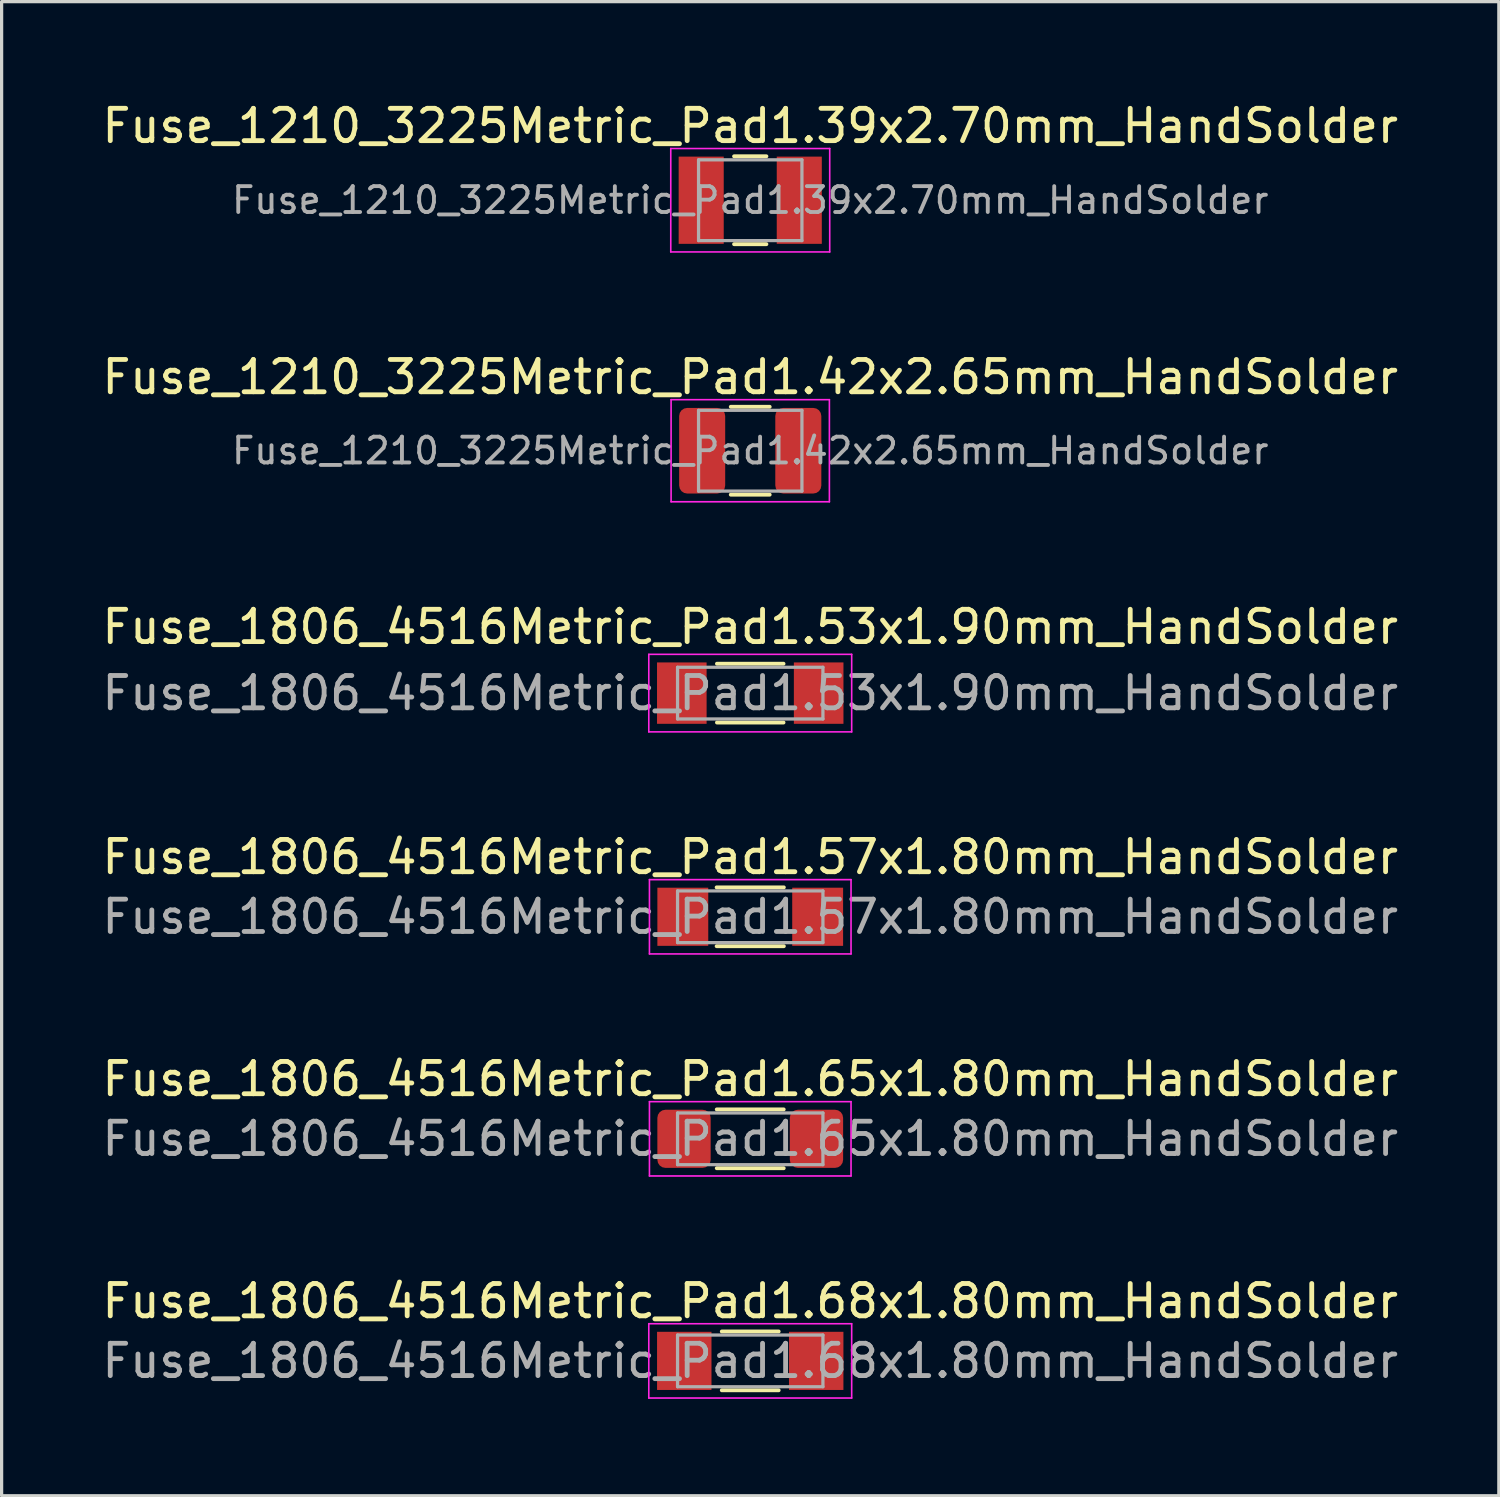
<source format=kicad_pcb>
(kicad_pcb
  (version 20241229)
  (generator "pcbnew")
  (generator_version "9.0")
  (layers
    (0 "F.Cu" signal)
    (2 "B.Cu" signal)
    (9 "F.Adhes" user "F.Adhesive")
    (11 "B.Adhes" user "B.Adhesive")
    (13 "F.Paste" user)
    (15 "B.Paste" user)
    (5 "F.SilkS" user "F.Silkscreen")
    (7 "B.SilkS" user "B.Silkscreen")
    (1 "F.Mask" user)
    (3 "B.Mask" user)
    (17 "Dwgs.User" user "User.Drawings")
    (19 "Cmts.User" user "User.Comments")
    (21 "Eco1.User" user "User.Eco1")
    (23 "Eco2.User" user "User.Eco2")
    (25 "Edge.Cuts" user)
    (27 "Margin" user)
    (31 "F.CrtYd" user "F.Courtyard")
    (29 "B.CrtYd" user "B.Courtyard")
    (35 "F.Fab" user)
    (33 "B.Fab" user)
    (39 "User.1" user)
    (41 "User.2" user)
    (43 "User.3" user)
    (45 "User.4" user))
  (footprint "Fuse_1806_4516Metric_Pad1.57x1.80mm_HandSolder"
    (layer "F.Cu")
    (at 20.173 25.328)
    (property "Reference" "Fuse_1806_4516Metric_Pad1.57x1.80mm_HandSolder" (at 0 -1.85 0) (layer "F.SilkS") (effects (font (size 1 1) (thickness 0.15))))
    (attr smd)
    (fp_line (start -1.04 -0.91) (end 1.04 -0.91) (stroke (width 0.12) (type solid)) (layer "F.SilkS"))
    (fp_line (start -1.04 0.91) (end 1.04 0.91) (stroke (width 0.12) (type solid)) (layer "F.SilkS"))
    (fp_line (start -3.12 -1.15) (end 3.12 -1.15) (stroke (width 0.05) (type solid)) (layer "F.CrtYd"))
    (fp_line (start -3.12 1.15) (end -3.12 -1.15) (stroke (width 0.05) (type solid)) (layer "F.CrtYd"))
    (fp_line (start 3.12 -1.15) (end 3.12 1.15) (stroke (width 0.05) (type solid)) (layer "F.CrtYd"))
    (fp_line (start 3.12 1.15) (end -3.12 1.15) (stroke (width 0.05) (type solid)) (layer "F.CrtYd"))
    (fp_line (start -2.25 -0.8) (end 2.25 -0.8) (stroke (width 0.1) (type solid)) (layer "F.Fab"))
    (fp_line (start -2.25 0.8) (end -2.25 -0.8) (stroke (width 0.1) (type solid)) (layer "F.Fab"))
    (fp_line (start 2.25 -0.8) (end 2.25 0.8) (stroke (width 0.1) (type solid)) (layer "F.Fab"))
    (fp_line (start 2.25 0.8) (end -2.25 0.8) (stroke (width 0.1) (type solid)) (layer "F.Fab"))
    (fp_text user "${REFERENCE}" (at 0 0 0) (layer "F.Fab") (effects (font (size 1 1) (thickness 0.15))))
    (pad "1" smd rect (at -2.087 0) (size 1.575 1.8) (layers "F.Cu" "F.Mask" "F.Paste"))
    (pad "2" smd rect (at 2.087 0) (size 1.575 1.8) (layers "F.Cu" "F.Mask" "F.Paste")))
  (footprint "Fuse_1806_4516Metric_Pad1.65x1.80mm_HandSolder"
    (layer "F.Cu")
    (at 20.173 32.201)
    (property "Reference" "Fuse_1806_4516Metric_Pad1.65x1.80mm_HandSolder" (at 0 -1.85 0) (layer "F.SilkS") (effects (font (size 1 1) (thickness 0.15))))
    (attr smd)
    (fp_line (start -1.036 -0.91) (end 1.036 -0.91) (stroke (width 0.12) (type solid)) (layer "F.SilkS"))
    (fp_line (start -1.036 0.91) (end 1.036 0.91) (stroke (width 0.12) (type solid)) (layer "F.SilkS"))
    (fp_line (start -3.12 -1.15) (end 3.12 -1.15) (stroke (width 0.05) (type solid)) (layer "F.CrtYd"))
    (fp_line (start -3.12 1.15) (end -3.12 -1.15) (stroke (width 0.05) (type solid)) (layer "F.CrtYd"))
    (fp_line (start 3.12 -1.15) (end 3.12 1.15) (stroke (width 0.05) (type solid)) (layer "F.CrtYd"))
    (fp_line (start 3.12 1.15) (end -3.12 1.15) (stroke (width 0.05) (type solid)) (layer "F.CrtYd"))
    (fp_line (start -2.25 -0.8) (end 2.25 -0.8) (stroke (width 0.1) (type solid)) (layer "F.Fab"))
    (fp_line (start -2.25 0.8) (end -2.25 -0.8) (stroke (width 0.1) (type solid)) (layer "F.Fab"))
    (fp_line (start 2.25 -0.8) (end 2.25 0.8) (stroke (width 0.1) (type solid)) (layer "F.Fab"))
    (fp_line (start 2.25 0.8) (end -2.25 0.8) (stroke (width 0.1) (type solid)) (layer "F.Fab"))
    (fp_text user "${REFERENCE}" (at 0 0 0) (layer "F.Fab") (effects (font (size 1 1) (thickness 0.15))))
    (pad "1" smd roundrect (at -2.05 0) (size 1.65 1.8) (layers "F.Cu" "F.Mask" "F.Paste") (roundrect_rratio 0.152))
    (pad "2" smd roundrect (at 2.05 0) (size 1.65 1.8) (layers "F.Cu" "F.Mask" "F.Paste") (roundrect_rratio 0.152)))
  (footprint "Fuse_1210_3225Metric_Pad1.42x2.65mm_HandSolder"
    (layer "F.Cu")
    (at 20.173 10.902)
    (property "Reference" "Fuse_1210_3225Metric_Pad1.42x2.65mm_HandSolder" (at 0 -2.28 0) (layer "F.SilkS") (effects (font (size 1 1) (thickness 0.15))))
    (attr smd)
    (fp_line (start -0.602 -1.36) (end 0.602 -1.36) (stroke (width 0.12) (type solid)) (layer "F.SilkS"))
    (fp_line (start -0.602 1.36) (end 0.602 1.36) (stroke (width 0.12) (type solid)) (layer "F.SilkS"))
    (fp_line (start -2.45 -1.58) (end 2.45 -1.58) (stroke (width 0.05) (type solid)) (layer "F.CrtYd"))
    (fp_line (start -2.45 1.58) (end -2.45 -1.58) (stroke (width 0.05) (type solid)) (layer "F.CrtYd"))
    (fp_line (start 2.45 -1.58) (end 2.45 1.58) (stroke (width 0.05) (type solid)) (layer "F.CrtYd"))
    (fp_line (start 2.45 1.58) (end -2.45 1.58) (stroke (width 0.05) (type solid)) (layer "F.CrtYd"))
    (fp_line (start -1.6 -1.25) (end 1.6 -1.25) (stroke (width 0.1) (type solid)) (layer "F.Fab"))
    (fp_line (start -1.6 1.25) (end -1.6 -1.25) (stroke (width 0.1) (type solid)) (layer "F.Fab"))
    (fp_line (start 1.6 -1.25) (end 1.6 1.25) (stroke (width 0.1) (type solid)) (layer "F.Fab"))
    (fp_line (start 1.6 1.25) (end -1.6 1.25) (stroke (width 0.1) (type solid)) (layer "F.Fab"))
    (fp_text user "${REFERENCE}" (at 0 0 0) (layer "F.Fab") (effects (font (size 0.8 0.8) (thickness 0.12))))
    (pad "1" smd roundrect (at -1.488 0) (size 1.425 2.65) (layers "F.Cu" "F.Mask" "F.Paste") (roundrect_rratio 0.175))
    (pad "2" smd roundrect (at 1.488 0) (size 1.425 2.65) (layers "F.Cu" "F.Mask" "F.Paste") (roundrect_rratio 0.175)))
  (footprint "Fuse_1806_4516Metric_Pad1.68x1.80mm_HandSolder"
    (layer "F.Cu")
    (at 20.173 39.075)
    (property "Reference" "Fuse_1806_4516Metric_Pad1.68x1.80mm_HandSolder" (at 0 -1.85 0) (layer "F.SilkS") (effects (font (size 1 1) (thickness 0.15))))
    (attr smd)
    (fp_line (start -0.88 -0.91) (end 0.88 -0.91) (stroke (width 0.12) (type solid)) (layer "F.SilkS"))
    (fp_line (start -0.88 0.91) (end 0.88 0.91) (stroke (width 0.12) (type solid)) (layer "F.SilkS"))
    (fp_line (start -3.14 -1.15) (end 3.14 -1.15) (stroke (width 0.05) (type solid)) (layer "F.CrtYd"))
    (fp_line (start -3.14 1.15) (end -3.14 -1.15) (stroke (width 0.05) (type solid)) (layer "F.CrtYd"))
    (fp_line (start 3.14 -1.15) (end 3.14 1.15) (stroke (width 0.05) (type solid)) (layer "F.CrtYd"))
    (fp_line (start 3.14 1.15) (end -3.14 1.15) (stroke (width 0.05) (type solid)) (layer "F.CrtYd"))
    (fp_line (start -2.25 -0.8) (end 2.25 -0.8) (stroke (width 0.1) (type solid)) (layer "F.Fab"))
    (fp_line (start -2.25 0.8) (end -2.25 -0.8) (stroke (width 0.1) (type solid)) (layer "F.Fab"))
    (fp_line (start 2.25 -0.8) (end 2.25 0.8) (stroke (width 0.1) (type solid)) (layer "F.Fab"))
    (fp_line (start 2.25 0.8) (end -2.25 0.8) (stroke (width 0.1) (type solid)) (layer "F.Fab"))
    (fp_text user "${REFERENCE}" (at 0 0 0) (layer "F.Fab") (effects (font (size 1 1) (thickness 0.15))))
    (pad "1" smd rect (at -2.042 0) (size 1.685 1.8) (layers "F.Cu" "F.Mask" "F.Paste"))
    (pad "2" smd rect (at 2.042 0) (size 1.685 1.8) (layers "F.Cu" "F.Mask" "F.Paste")))
  (footprint "Fuse_1210_3225Metric_Pad1.39x2.70mm_HandSolder"
    (layer "F.Cu")
    (at 20.173 3.148)
    (property "Reference" "Fuse_1210_3225Metric_Pad1.39x2.70mm_HandSolder" (at 0 -2.3 0) (layer "F.SilkS") (effects (font (size 1 1) (thickness 0.15))))
    (attr smd)
    (fp_line (start -0.5 -1.36) (end 0.5 -1.36) (stroke (width 0.12) (type solid)) (layer "F.SilkS"))
    (fp_line (start -0.5 1.36) (end 0.5 1.36) (stroke (width 0.12) (type solid)) (layer "F.SilkS"))
    (fp_line (start -2.46 -1.6) (end 2.46 -1.6) (stroke (width 0.05) (type solid)) (layer "F.CrtYd"))
    (fp_line (start -2.46 1.6) (end -2.46 -1.6) (stroke (width 0.05) (type solid)) (layer "F.CrtYd"))
    (fp_line (start 2.46 -1.6) (end 2.46 1.6) (stroke (width 0.05) (type solid)) (layer "F.CrtYd"))
    (fp_line (start 2.46 1.6) (end -2.46 1.6) (stroke (width 0.05) (type solid)) (layer "F.CrtYd"))
    (fp_line (start -1.6 -1.25) (end 1.6 -1.25) (stroke (width 0.1) (type solid)) (layer "F.Fab"))
    (fp_line (start -1.6 1.25) (end -1.6 -1.25) (stroke (width 0.1) (type solid)) (layer "F.Fab"))
    (fp_line (start 1.6 -1.25) (end 1.6 1.25) (stroke (width 0.1) (type solid)) (layer "F.Fab"))
    (fp_line (start 1.6 1.25) (end -1.6 1.25) (stroke (width 0.1) (type solid)) (layer "F.Fab"))
    (fp_text user "${REFERENCE}" (at 0 0 0) (layer "F.Fab") (effects (font (size 0.8 0.8) (thickness 0.12))))
    (pad "1" smd rect (at -1.518 0) (size 1.395 2.7) (layers "F.Cu" "F.Mask" "F.Paste"))
    (pad "2" smd rect (at 1.518 0) (size 1.395 2.7) (layers "F.Cu" "F.Mask" "F.Paste")))
  (footprint "Fuse_1806_4516Metric_Pad1.53x1.90mm_HandSolder"
    (layer "F.Cu")
    (at 20.173 18.405)
    (property "Reference" "Fuse_1806_4516Metric_Pad1.53x1.90mm_HandSolder" (at 0 -2.05 0) (layer "F.SilkS") (effects (font (size 1 1) (thickness 0.15))))
    (attr smd)
    (fp_line (start -1.03 -0.91) (end 1.03 -0.91) (stroke (width 0.12) (type solid)) (layer "F.SilkS"))
    (fp_line (start -1.03 0.91) (end 1.03 0.91) (stroke (width 0.12) (type solid)) (layer "F.SilkS"))
    (fp_line (start -3.14 -1.2) (end 3.14 -1.2) (stroke (width 0.05) (type solid)) (layer "F.CrtYd"))
    (fp_line (start -3.14 1.2) (end -3.14 -1.2) (stroke (width 0.05) (type solid)) (layer "F.CrtYd"))
    (fp_line (start 3.14 -1.2) (end 3.14 1.2) (stroke (width 0.05) (type solid)) (layer "F.CrtYd"))
    (fp_line (start 3.14 1.2) (end -3.14 1.2) (stroke (width 0.05) (type solid)) (layer "F.CrtYd"))
    (fp_line (start -2.25 -0.8) (end 2.25 -0.8) (stroke (width 0.1) (type solid)) (layer "F.Fab"))
    (fp_line (start -2.25 0.8) (end -2.25 -0.8) (stroke (width 0.1) (type solid)) (layer "F.Fab"))
    (fp_line (start 2.25 -0.8) (end 2.25 0.8) (stroke (width 0.1) (type solid)) (layer "F.Fab"))
    (fp_line (start 2.25 0.8) (end -2.25 0.8) (stroke (width 0.1) (type solid)) (layer "F.Fab"))
    (fp_text user "${REFERENCE}" (at 0 0 0) (layer "F.Fab") (effects (font (size 1 1) (thickness 0.15))))
    (pad "1" smd rect (at -2.118 0) (size 1.535 1.9) (layers "F.Cu" "F.Mask" "F.Paste"))
    (pad "2" smd rect (at 2.118 0) (size 1.535 1.9) (layers "F.Cu" "F.Mask" "F.Paste")))
  (gr_rect
    (start -3 -3)
    (end 43.345 43.249)
    (stroke (width 0.1) (type default))
    (fill no)
    (layer "Edge.Cuts")))
</source>
